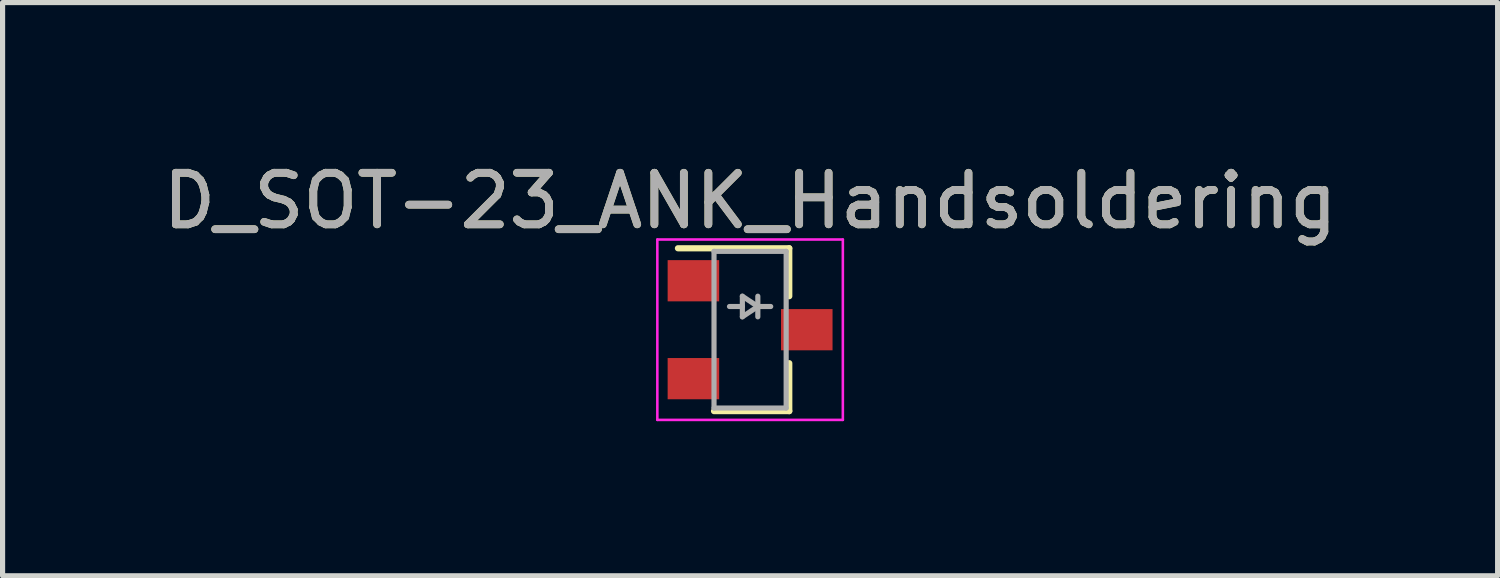
<source format=kicad_pcb>
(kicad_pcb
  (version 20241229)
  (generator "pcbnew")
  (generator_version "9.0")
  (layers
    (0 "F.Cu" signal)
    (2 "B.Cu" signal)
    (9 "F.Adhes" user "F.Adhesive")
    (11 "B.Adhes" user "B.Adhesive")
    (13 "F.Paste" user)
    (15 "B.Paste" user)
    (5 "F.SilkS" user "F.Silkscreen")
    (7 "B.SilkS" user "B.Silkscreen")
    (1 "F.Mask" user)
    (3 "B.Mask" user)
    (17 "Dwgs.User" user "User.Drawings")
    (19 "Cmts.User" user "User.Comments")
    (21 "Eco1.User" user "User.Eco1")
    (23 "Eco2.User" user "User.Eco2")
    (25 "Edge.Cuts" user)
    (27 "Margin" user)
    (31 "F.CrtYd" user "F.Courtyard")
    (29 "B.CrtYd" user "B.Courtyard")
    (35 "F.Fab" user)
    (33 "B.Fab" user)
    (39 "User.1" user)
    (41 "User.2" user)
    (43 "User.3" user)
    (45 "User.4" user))
  (footprint "D_SOT-23_ANK_Handsoldering"
    (layer "F.Cu")
    (at 11.506 3.348)
    (property "Reference" "D_SOT-23_ANK_Handsoldering" (at 0 -2.5 0) (layer "F.SilkS") (effects (font (size 1 1) (thickness 0.15))))
    (attr smd)
    (fp_line (start 0.76 -1.58) (end -1.4 -1.58) (stroke (width 0.12) (type solid)) (layer "F.SilkS"))
    (fp_line (start 0.76 -1.58) (end 0.76 -0.65) (stroke (width 0.12) (type solid)) (layer "F.SilkS"))
    (fp_line (start 0.76 1.58) (end -0.7 1.58) (stroke (width 0.12) (type solid)) (layer "F.SilkS"))
    (fp_line (start 0.76 1.58) (end 0.76 0.65) (stroke (width 0.12) (type solid)) (layer "F.SilkS"))
    (fp_line (start -1.8 -1.75) (end 1.8 -1.75) (stroke (width 0.05) (type solid)) (layer "F.CrtYd"))
    (fp_line (start -1.8 1.75) (end -1.8 -1.75) (stroke (width 0.05) (type solid)) (layer "F.CrtYd"))
    (fp_line (start 1.8 -1.75) (end 1.8 1.75) (stroke (width 0.05) (type solid)) (layer "F.CrtYd"))
    (fp_line (start 1.8 1.75) (end -1.8 1.75) (stroke (width 0.05) (type solid)) (layer "F.CrtYd"))
    (fp_line (start -0.7 -1.52) (end -0.7 1.52) (stroke (width 0.1) (type solid)) (layer "F.Fab"))
    (fp_line (start -0.7 -1.52) (end 0.7 -1.52) (stroke (width 0.1) (type solid)) (layer "F.Fab"))
    (fp_line (start -0.7 1.52) (end 0.7 1.52) (stroke (width 0.1) (type solid)) (layer "F.Fab"))
    (fp_line (start -0.15 -0.65) (end -0.15 -0.25) (stroke (width 0.1) (type solid)) (layer "F.Fab"))
    (fp_line (start -0.15 -0.45) (end -0.4 -0.45) (stroke (width 0.1) (type solid)) (layer "F.Fab"))
    (fp_line (start -0.15 -0.25) (end 0.15 -0.45) (stroke (width 0.1) (type solid)) (layer "F.Fab"))
    (fp_line (start 0.15 -0.65) (end 0.15 -0.25) (stroke (width 0.1) (type solid)) (layer "F.Fab"))
    (fp_line (start 0.15 -0.45) (end -0.15 -0.65) (stroke (width 0.1) (type solid)) (layer "F.Fab"))
    (fp_line (start 0.15 -0.45) (end 0.4 -0.45) (stroke (width 0.1) (type solid)) (layer "F.Fab"))
    (fp_line (start 0.7 -1.52) (end 0.7 1.52) (stroke (width 0.1) (type solid)) (layer "F.Fab"))
    (fp_text user "${REFERENCE}" (at 0 -2.5 0) (layer "F.Fab") (effects (font (size 1 1) (thickness 0.15))))
    (pad "" smd rect (at -1.1 0.95) (size 1 0.8) (layers "F.Cu" "F.Mask" "F.Paste"))
    (pad "1" smd rect (at 1.1 0) (size 1 0.8) (layers "F.Cu" "F.Mask" "F.Paste"))
    (pad "2" smd rect (at -1.1 -0.95) (size 1 0.8) (layers "F.Cu" "F.Mask" "F.Paste")))
  (gr_rect
    (start -3 -3)
    (end 26.012 8.123)
    (stroke (width 0.1) (type default))
    (fill no)
    (layer "Edge.Cuts")))
</source>
